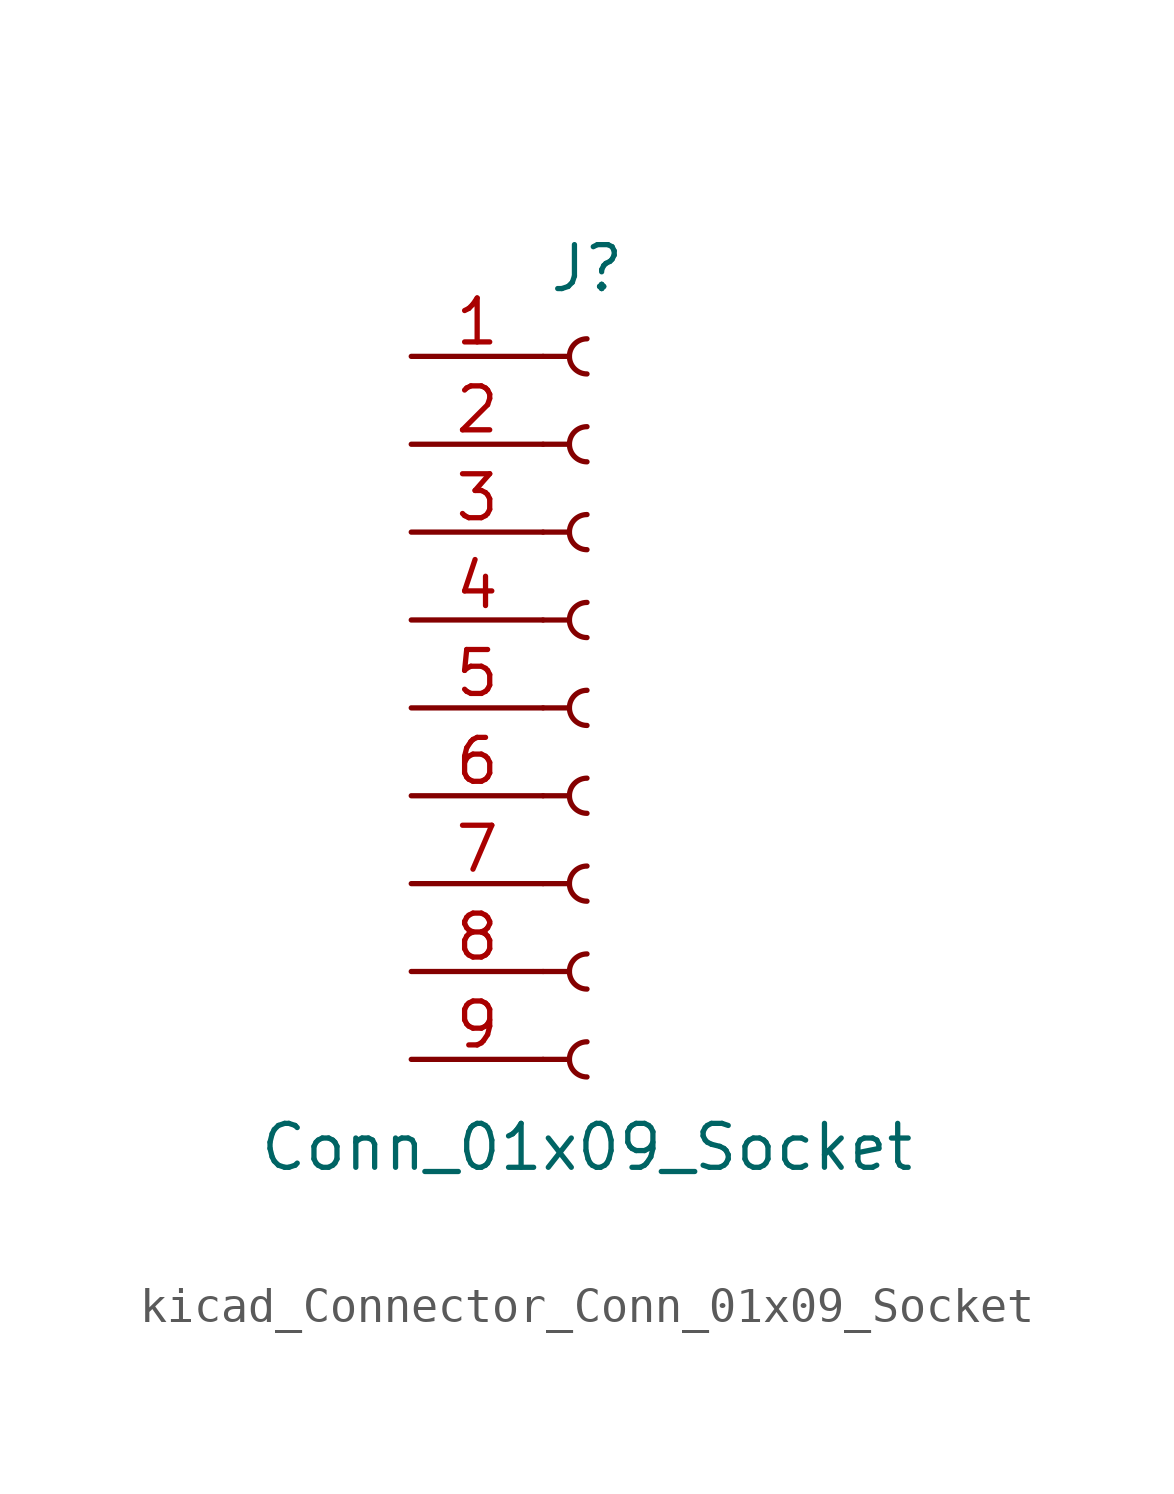
<source format=kicad_sym>
(kicad_symbol_lib
  (version 20220914)
  (generator kicad_symbol_editor)
  (symbol "kicad_Connector_Conn_01x09_Socket"
    (pin_names
      (offset 1.016) hide)
    (property "Reference" "J"
      (at 0 12.7 0)
      (effects (font (size 1.27 1.27))))
    (property "Value" "Conn_01x09_Socket"
      (at 0 -12.7 0)
      (effects (font (size 1.27 1.27))))
    (property "ki_locked" ""
      (at 0 0 0)
      (effects (font (size 1.27 1.27))))
    (symbol "kicad_Connector_Conn_01x09_Socket_1_1"
      (arc (start 0 -9.652) (mid -0.5058 -10.16) (end 0 -10.668) (stroke (width 0.1524) (type default)) (fill (type none)))
      (arc (start 0 -7.112) (mid -0.5058 -7.62) (end 0 -8.128) (stroke (width 0.1524) (type default)) (fill (type none)))
      (arc (start 0 -4.572) (mid -0.5058 -5.08) (end 0 -5.588) (stroke (width 0.1524) (type default)) (fill (type none)))
      (arc (start 0 -2.032) (mid -0.5058 -2.54) (end 0 -3.048) (stroke (width 0.1524) (type default)) (fill (type none)))
      (polyline (pts (xy -1.27 -10.16) (xy -0.508 -10.16)) (stroke (width 0.152) (type default)) (fill (type none)))
      (polyline (pts (xy -1.27 -7.62) (xy -0.508 -7.62)) (stroke (width 0.152) (type default)) (fill (type none)))
      (polyline (pts (xy -1.27 -5.08) (xy -0.508 -5.08)) (stroke (width 0.152) (type default)) (fill (type none)))
      (polyline (pts (xy -1.27 -2.54) (xy -0.508 -2.54)) (stroke (width 0.152) (type default)) (fill (type none)))
      (polyline (pts (xy -1.27 0) (xy -0.508 0)) (stroke (width 0.152) (type default)) (fill (type none)))
      (polyline (pts (xy -1.27 2.54) (xy -0.508 2.54)) (stroke (width 0.152) (type default)) (fill (type none)))
      (polyline (pts (xy -1.27 5.08) (xy -0.508 5.08)) (stroke (width 0.152) (type default)) (fill (type none)))
      (polyline (pts (xy -1.27 7.62) (xy -0.508 7.62)) (stroke (width 0.152) (type default)) (fill (type none)))
      (polyline (pts (xy -1.27 10.16) (xy -0.508 10.16)) (stroke (width 0.152) (type default)) (fill (type none)))
      (arc (start 0 0.508) (mid -0.5058 0) (end 0 -0.508) (stroke (width 0.1524) (type default)) (fill (type none)))
      (arc (start 0 3.048) (mid -0.5058 2.54) (end 0 2.032) (stroke (width 0.1524) (type default)) (fill (type none)))
      (arc (start 0 5.588) (mid -0.5058 5.08) (end 0 4.572) (stroke (width 0.1524) (type default)) (fill (type none)))
      (arc (start 0 8.128) (mid -0.5058 7.62) (end 0 7.112) (stroke (width 0.1524) (type default)) (fill (type none)))
      (arc (start 0 10.668) (mid -0.5058 10.16) (end 0 9.652) (stroke (width 0.1524) (type default)) (fill (type none)))
      (pin passive line (at -5.08 10.16 0) (length 3.81) (name "Pin_1" (effects (font (size 1.27 1.27)))) (number "1" (effects (font (size 1.27 1.27)))))
      (pin passive line (at -5.08 7.62 0) (length 3.81) (name "Pin_2" (effects (font (size 1.27 1.27)))) (number "2" (effects (font (size 1.27 1.27)))))
      (pin passive line (at -5.08 5.08 0) (length 3.81) (name "Pin_3" (effects (font (size 1.27 1.27)))) (number "3" (effects (font (size 1.27 1.27)))))
      (pin passive line (at -5.08 2.54 0) (length 3.81) (name "Pin_4" (effects (font (size 1.27 1.27)))) (number "4" (effects (font (size 1.27 1.27)))))
      (pin passive line (at -5.08 0 0) (length 3.81) (name "Pin_5" (effects (font (size 1.27 1.27)))) (number "5" (effects (font (size 1.27 1.27)))))
      (pin passive line (at -5.08 -2.54 0) (length 3.81) (name "Pin_6" (effects (font (size 1.27 1.27)))) (number "6" (effects (font (size 1.27 1.27)))))
      (pin passive line (at -5.08 -5.08 0) (length 3.81) (name "Pin_7" (effects (font (size 1.27 1.27)))) (number "7" (effects (font (size 1.27 1.27)))))
      (pin passive line (at -5.08 -7.62 0) (length 3.81) (name "Pin_8" (effects (font (size 1.27 1.27)))) (number "8" (effects (font (size 1.27 1.27)))))
      (pin passive line (at -5.08 -10.16 0) (length 3.81) (name "Pin_9" (effects (font (size 1.27 1.27)))) (number "9" (effects (font (size 1.27 1.27))))))))
</source>
